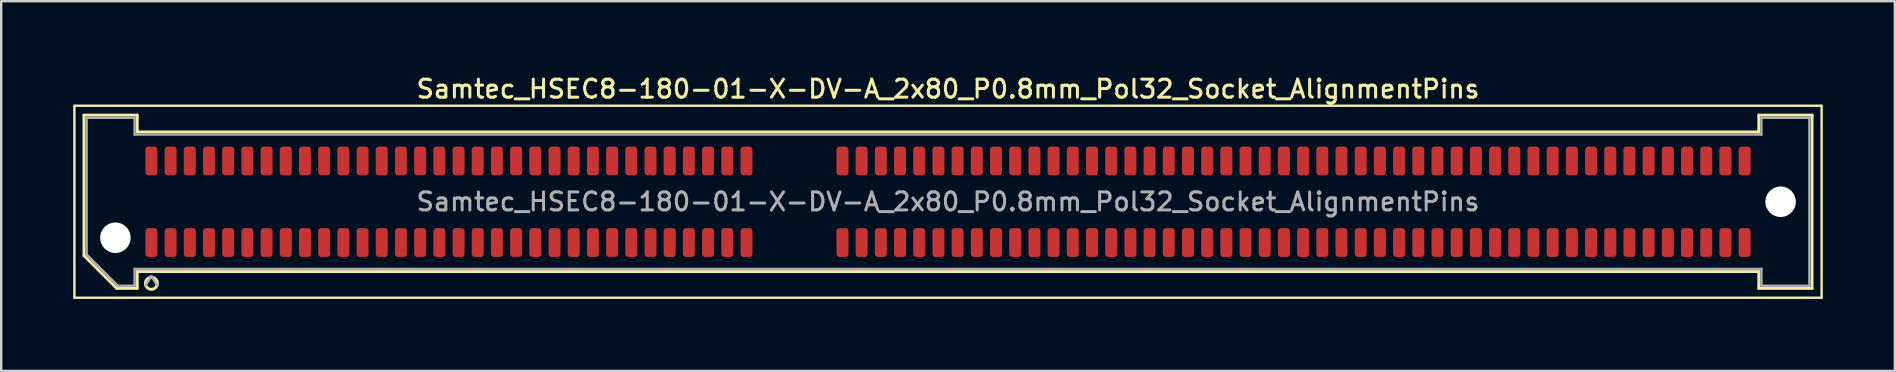
<source format=kicad_pcb>
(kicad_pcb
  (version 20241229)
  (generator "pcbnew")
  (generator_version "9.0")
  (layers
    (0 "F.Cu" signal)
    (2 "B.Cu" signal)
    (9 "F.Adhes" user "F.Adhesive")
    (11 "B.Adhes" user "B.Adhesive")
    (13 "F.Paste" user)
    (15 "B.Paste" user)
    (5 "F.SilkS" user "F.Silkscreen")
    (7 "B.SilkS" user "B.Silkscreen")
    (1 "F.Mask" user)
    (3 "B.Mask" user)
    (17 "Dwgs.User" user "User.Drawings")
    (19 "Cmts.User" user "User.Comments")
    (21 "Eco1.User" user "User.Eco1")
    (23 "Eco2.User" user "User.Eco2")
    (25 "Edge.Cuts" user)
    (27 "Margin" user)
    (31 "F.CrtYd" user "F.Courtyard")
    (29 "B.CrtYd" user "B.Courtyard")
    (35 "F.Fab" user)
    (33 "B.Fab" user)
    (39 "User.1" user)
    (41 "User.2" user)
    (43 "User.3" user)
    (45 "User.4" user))
  (footprint "Samtec_HSEC8-180-01-X-DV-A_2x80_P0.8mm_Pol32_Socket_AlignmentPins"
    (layer "F.Cu")
    (at 36.46 5.358)
    (property "Reference" "Samtec_HSEC8-180-01-X-DV-A_2x80_P0.8mm_Pol32_Socket_AlignmentPins" (at 0 -4.7 0) (layer "F.SilkS") (effects (font (size 0.75 0.75) (thickness 0.125))))
    (attr smd)
    (fp_line (start -36.41 -4) (end -36.41 4) (stroke (width 0.1) (type solid)) (layer "F.SilkS"))
    (fp_line (start -36.41 4) (end 36.41 4) (stroke (width 0.1) (type solid)) (layer "F.SilkS"))
    (fp_line (start -36.01 -3.61) (end -33.79 -3.61) (stroke (width 0.12) (type solid)) (layer "F.SilkS"))
    (fp_line (start -36.01 2.246) (end -36.01 -3.61) (stroke (width 0.12) (type solid)) (layer "F.SilkS"))
    (fp_line (start -34.646 3.61) (end -36.01 2.246) (stroke (width 0.12) (type solid)) (layer "F.SilkS"))
    (fp_line (start -33.79 -3.61) (end -33.79 -2.91) (stroke (width 0.12) (type solid)) (layer "F.SilkS"))
    (fp_line (start -33.79 -2.91) (end 33.79 -2.91) (stroke (width 0.12) (type solid)) (layer "F.SilkS"))
    (fp_line (start -33.79 2.91) (end -33.79 3.61) (stroke (width 0.12) (type solid)) (layer "F.SilkS"))
    (fp_line (start -33.79 3.61) (end -34.646 3.61) (stroke (width 0.12) (type solid)) (layer "F.SilkS"))
    (fp_line (start 33.79 -3.61) (end 36.01 -3.61) (stroke (width 0.12) (type solid)) (layer "F.SilkS"))
    (fp_line (start 33.79 -2.91) (end 33.79 -3.61) (stroke (width 0.12) (type solid)) (layer "F.SilkS"))
    (fp_line (start 33.79 2.91) (end -33.79 2.91) (stroke (width 0.12) (type solid)) (layer "F.SilkS"))
    (fp_line (start 33.79 3.61) (end 33.79 2.91) (stroke (width 0.12) (type solid)) (layer "F.SilkS"))
    (fp_line (start 36.01 -3.61) (end 36.01 3.61) (stroke (width 0.12) (type solid)) (layer "F.SilkS"))
    (fp_line (start 36.01 3.61) (end 33.79 3.61) (stroke (width 0.12) (type solid)) (layer "F.SilkS"))
    (fp_line (start 36.41 -4) (end -36.41 -4) (stroke (width 0.1) (type solid)) (layer "F.SilkS"))
    (fp_line (start 36.41 4) (end 36.41 -4) (stroke (width 0.1) (type solid)) (layer "F.SilkS"))
    (fp_arc (start -32.95 3.4) (mid -33.45 3.4) (end -32.95 3.4) (stroke (width 0.12) (type solid)) (layer "F.SilkS"))
    (fp_line (start -35.9 -3.5) (end -33.9 -3.5) (stroke (width 0.1) (type solid)) (layer "F.Fab"))
    (fp_line (start -35.9 2.2) (end -35.9 -3.5) (stroke (width 0.1) (type solid)) (layer "F.Fab"))
    (fp_line (start -34.6 3.5) (end -35.9 2.2) (stroke (width 0.1) (type solid)) (layer "F.Fab"))
    (fp_line (start -33.9 -3.5) (end -33.9 -2.8) (stroke (width 0.1) (type solid)) (layer "F.Fab"))
    (fp_line (start -33.9 -2.8) (end 33.9 -2.8) (stroke (width 0.1) (type solid)) (layer "F.Fab"))
    (fp_line (start -33.9 2.8) (end -33.9 3.5) (stroke (width 0.1) (type solid)) (layer "F.Fab"))
    (fp_line (start -33.9 3.5) (end -34.6 3.5) (stroke (width 0.1) (type solid)) (layer "F.Fab"))
    (fp_line (start -33.2 3.1) (end -33.45 3.5) (stroke (width 0.1) (type solid)) (layer "F.Fab"))
    (fp_line (start -33.2 3.1) (end -32.95 3.5) (stroke (width 0.1) (type solid)) (layer "F.Fab"))
    (fp_line (start 33.9 -3.5) (end 35.9 -3.5) (stroke (width 0.1) (type solid)) (layer "F.Fab"))
    (fp_line (start 33.9 -2.8) (end 33.9 -3.5) (stroke (width 0.1) (type solid)) (layer "F.Fab"))
    (fp_line (start 33.9 2.8) (end -33.9 2.8) (stroke (width 0.1) (type solid)) (layer "F.Fab"))
    (fp_line (start 33.9 3.5) (end 33.9 2.8) (stroke (width 0.1) (type solid)) (layer "F.Fab"))
    (fp_line (start 35.9 -3.5) (end 35.9 3.5) (stroke (width 0.1) (type solid)) (layer "F.Fab"))
    (fp_line (start 35.9 3.5) (end 33.9 3.5) (stroke (width 0.1) (type solid)) (layer "F.Fab"))
    (fp_text user "${REFERENCE}" (at 0 0 0) (layer "F.Fab") (effects (font (size 0.75 0.75) (thickness 0.125))))
    (pad "" np_thru_hole circle (at -34.7 1.5) (size 1.27 1.27) (drill 1.27) (layers "*.Cu" "*.Mask"))
    (pad "" np_thru_hole circle (at 34.7 0) (size 1.27 1.27) (drill 1.27) (layers "*.Cu" "*.Mask"))
    (pad "1" smd roundrect (at -33.2 1.7) (size 0.5 1.2) (layers "F.Cu" "F.Mask" "F.Paste") (roundrect_rratio 0.25))
    (pad "2" smd roundrect (at -33.2 -1.7) (size 0.5 1.2) (layers "F.Cu" "F.Mask" "F.Paste") (roundrect_rratio 0.25))
    (pad "3" smd roundrect (at -32.4 1.7) (size 0.5 1.2) (layers "F.Cu" "F.Mask" "F.Paste") (roundrect_rratio 0.25))
    (pad "4" smd roundrect (at -32.4 -1.7) (size 0.5 1.2) (layers "F.Cu" "F.Mask" "F.Paste") (roundrect_rratio 0.25))
    (pad "5" smd roundrect (at -31.6 1.7) (size 0.5 1.2) (layers "F.Cu" "F.Mask" "F.Paste") (roundrect_rratio 0.25))
    (pad "6" smd roundrect (at -31.6 -1.7) (size 0.5 1.2) (layers "F.Cu" "F.Mask" "F.Paste") (roundrect_rratio 0.25))
    (pad "7" smd roundrect (at -30.8 1.7) (size 0.5 1.2) (layers "F.Cu" "F.Mask" "F.Paste") (roundrect_rratio 0.25))
    (pad "8" smd roundrect (at -30.8 -1.7) (size 0.5 1.2) (layers "F.Cu" "F.Mask" "F.Paste") (roundrect_rratio 0.25))
    (pad "9" smd roundrect (at -30 1.7) (size 0.5 1.2) (layers "F.Cu" "F.Mask" "F.Paste") (roundrect_rratio 0.25))
    (pad "10" smd roundrect (at -30 -1.7) (size 0.5 1.2) (layers "F.Cu" "F.Mask" "F.Paste") (roundrect_rratio 0.25))
    (pad "11" smd roundrect (at -29.2 1.7) (size 0.5 1.2) (layers "F.Cu" "F.Mask" "F.Paste") (roundrect_rratio 0.25))
    (pad "12" smd roundrect (at -29.2 -1.7) (size 0.5 1.2) (layers "F.Cu" "F.Mask" "F.Paste") (roundrect_rratio 0.25))
    (pad "13" smd roundrect (at -28.4 1.7) (size 0.5 1.2) (layers "F.Cu" "F.Mask" "F.Paste") (roundrect_rratio 0.25))
    (pad "14" smd roundrect (at -28.4 -1.7) (size 0.5 1.2) (layers "F.Cu" "F.Mask" "F.Paste") (roundrect_rratio 0.25))
    (pad "15" smd roundrect (at -27.6 1.7) (size 0.5 1.2) (layers "F.Cu" "F.Mask" "F.Paste") (roundrect_rratio 0.25))
    (pad "16" smd roundrect (at -27.6 -1.7) (size 0.5 1.2) (layers "F.Cu" "F.Mask" "F.Paste") (roundrect_rratio 0.25))
    (pad "17" smd roundrect (at -26.8 1.7) (size 0.5 1.2) (layers "F.Cu" "F.Mask" "F.Paste") (roundrect_rratio 0.25))
    (pad "18" smd roundrect (at -26.8 -1.7) (size 0.5 1.2) (layers "F.Cu" "F.Mask" "F.Paste") (roundrect_rratio 0.25))
    (pad "19" smd roundrect (at -26 1.7) (size 0.5 1.2) (layers "F.Cu" "F.Mask" "F.Paste") (roundrect_rratio 0.25))
    (pad "20" smd roundrect (at -26 -1.7) (size 0.5 1.2) (layers "F.Cu" "F.Mask" "F.Paste") (roundrect_rratio 0.25))
    (pad "21" smd roundrect (at -25.2 1.7) (size 0.5 1.2) (layers "F.Cu" "F.Mask" "F.Paste") (roundrect_rratio 0.25))
    (pad "22" smd roundrect (at -25.2 -1.7) (size 0.5 1.2) (layers "F.Cu" "F.Mask" "F.Paste") (roundrect_rratio 0.25))
    (pad "23" smd roundrect (at -24.4 1.7) (size 0.5 1.2) (layers "F.Cu" "F.Mask" "F.Paste") (roundrect_rratio 0.25))
    (pad "24" smd roundrect (at -24.4 -1.7) (size 0.5 1.2) (layers "F.Cu" "F.Mask" "F.Paste") (roundrect_rratio 0.25))
    (pad "25" smd roundrect (at -23.6 1.7) (size 0.5 1.2) (layers "F.Cu" "F.Mask" "F.Paste") (roundrect_rratio 0.25))
    (pad "26" smd roundrect (at -23.6 -1.7) (size 0.5 1.2) (layers "F.Cu" "F.Mask" "F.Paste") (roundrect_rratio 0.25))
    (pad "27" smd roundrect (at -22.8 1.7) (size 0.5 1.2) (layers "F.Cu" "F.Mask" "F.Paste") (roundrect_rratio 0.25))
    (pad "28" smd roundrect (at -22.8 -1.7) (size 0.5 1.2) (layers "F.Cu" "F.Mask" "F.Paste") (roundrect_rratio 0.25))
    (pad "29" smd roundrect (at -22 1.7) (size 0.5 1.2) (layers "F.Cu" "F.Mask" "F.Paste") (roundrect_rratio 0.25))
    (pad "30" smd roundrect (at -22 -1.7) (size 0.5 1.2) (layers "F.Cu" "F.Mask" "F.Paste") (roundrect_rratio 0.25))
    (pad "31" smd roundrect (at -21.2 1.7) (size 0.5 1.2) (layers "F.Cu" "F.Mask" "F.Paste") (roundrect_rratio 0.25))
    (pad "32" smd roundrect (at -21.2 -1.7) (size 0.5 1.2) (layers "F.Cu" "F.Mask" "F.Paste") (roundrect_rratio 0.25))
    (pad "33" smd roundrect (at -20.4 1.7) (size 0.5 1.2) (layers "F.Cu" "F.Mask" "F.Paste") (roundrect_rratio 0.25))
    (pad "34" smd roundrect (at -20.4 -1.7) (size 0.5 1.2) (layers "F.Cu" "F.Mask" "F.Paste") (roundrect_rratio 0.25))
    (pad "35" smd roundrect (at -19.6 1.7) (size 0.5 1.2) (layers "F.Cu" "F.Mask" "F.Paste") (roundrect_rratio 0.25))
    (pad "36" smd roundrect (at -19.6 -1.7) (size 0.5 1.2) (layers "F.Cu" "F.Mask" "F.Paste") (roundrect_rratio 0.25))
    (pad "37" smd roundrect (at -18.8 1.7) (size 0.5 1.2) (layers "F.Cu" "F.Mask" "F.Paste") (roundrect_rratio 0.25))
    (pad "38" smd roundrect (at -18.8 -1.7) (size 0.5 1.2) (layers "F.Cu" "F.Mask" "F.Paste") (roundrect_rratio 0.25))
    (pad "39" smd roundrect (at -18 1.7) (size 0.5 1.2) (layers "F.Cu" "F.Mask" "F.Paste") (roundrect_rratio 0.25))
    (pad "40" smd roundrect (at -18 -1.7) (size 0.5 1.2) (layers "F.Cu" "F.Mask" "F.Paste") (roundrect_rratio 0.25))
    (pad "41" smd roundrect (at -17.2 1.7) (size 0.5 1.2) (layers "F.Cu" "F.Mask" "F.Paste") (roundrect_rratio 0.25))
    (pad "42" smd roundrect (at -17.2 -1.7) (size 0.5 1.2) (layers "F.Cu" "F.Mask" "F.Paste") (roundrect_rratio 0.25))
    (pad "43" smd roundrect (at -16.4 1.7) (size 0.5 1.2) (layers "F.Cu" "F.Mask" "F.Paste") (roundrect_rratio 0.25))
    (pad "44" smd roundrect (at -16.4 -1.7) (size 0.5 1.2) (layers "F.Cu" "F.Mask" "F.Paste") (roundrect_rratio 0.25))
    (pad "45" smd roundrect (at -15.6 1.7) (size 0.5 1.2) (layers "F.Cu" "F.Mask" "F.Paste") (roundrect_rratio 0.25))
    (pad "46" smd roundrect (at -15.6 -1.7) (size 0.5 1.2) (layers "F.Cu" "F.Mask" "F.Paste") (roundrect_rratio 0.25))
    (pad "47" smd roundrect (at -14.8 1.7) (size 0.5 1.2) (layers "F.Cu" "F.Mask" "F.Paste") (roundrect_rratio 0.25))
    (pad "48" smd roundrect (at -14.8 -1.7) (size 0.5 1.2) (layers "F.Cu" "F.Mask" "F.Paste") (roundrect_rratio 0.25))
    (pad "49" smd roundrect (at -14 1.7) (size 0.5 1.2) (layers "F.Cu" "F.Mask" "F.Paste") (roundrect_rratio 0.25))
    (pad "50" smd roundrect (at -14 -1.7) (size 0.5 1.2) (layers "F.Cu" "F.Mask" "F.Paste") (roundrect_rratio 0.25))
    (pad "51" smd roundrect (at -13.2 1.7) (size 0.5 1.2) (layers "F.Cu" "F.Mask" "F.Paste") (roundrect_rratio 0.25))
    (pad "52" smd roundrect (at -13.2 -1.7) (size 0.5 1.2) (layers "F.Cu" "F.Mask" "F.Paste") (roundrect_rratio 0.25))
    (pad "53" smd roundrect (at -12.4 1.7) (size 0.5 1.2) (layers "F.Cu" "F.Mask" "F.Paste") (roundrect_rratio 0.25))
    (pad "54" smd roundrect (at -12.4 -1.7) (size 0.5 1.2) (layers "F.Cu" "F.Mask" "F.Paste") (roundrect_rratio 0.25))
    (pad "55" smd roundrect (at -11.6 1.7) (size 0.5 1.2) (layers "F.Cu" "F.Mask" "F.Paste") (roundrect_rratio 0.25))
    (pad "56" smd roundrect (at -11.6 -1.7) (size 0.5 1.2) (layers "F.Cu" "F.Mask" "F.Paste") (roundrect_rratio 0.25))
    (pad "57" smd roundrect (at -10.8 1.7) (size 0.5 1.2) (layers "F.Cu" "F.Mask" "F.Paste") (roundrect_rratio 0.25))
    (pad "58" smd roundrect (at -10.8 -1.7) (size 0.5 1.2) (layers "F.Cu" "F.Mask" "F.Paste") (roundrect_rratio 0.25))
    (pad "59" smd roundrect (at -10 1.7) (size 0.5 1.2) (layers "F.Cu" "F.Mask" "F.Paste") (roundrect_rratio 0.25))
    (pad "60" smd roundrect (at -10 -1.7) (size 0.5 1.2) (layers "F.Cu" "F.Mask" "F.Paste") (roundrect_rratio 0.25))
    (pad "61" smd roundrect (at -9.2 1.7) (size 0.5 1.2) (layers "F.Cu" "F.Mask" "F.Paste") (roundrect_rratio 0.25))
    (pad "62" smd roundrect (at -9.2 -1.7) (size 0.5 1.2) (layers "F.Cu" "F.Mask" "F.Paste") (roundrect_rratio 0.25))
    (pad "63" smd roundrect (at -8.4 1.7) (size 0.5 1.2) (layers "F.Cu" "F.Mask" "F.Paste") (roundrect_rratio 0.25))
    (pad "64" smd roundrect (at -8.4 -1.7) (size 0.5 1.2) (layers "F.Cu" "F.Mask" "F.Paste") (roundrect_rratio 0.25))
    (pad "65" smd roundrect (at -4.4 1.7) (size 0.5 1.2) (layers "F.Cu" "F.Mask" "F.Paste") (roundrect_rratio 0.25))
    (pad "66" smd roundrect (at -4.4 -1.7) (size 0.5 1.2) (layers "F.Cu" "F.Mask" "F.Paste") (roundrect_rratio 0.25))
    (pad "67" smd roundrect (at -3.6 1.7) (size 0.5 1.2) (layers "F.Cu" "F.Mask" "F.Paste") (roundrect_rratio 0.25))
    (pad "68" smd roundrect (at -3.6 -1.7) (size 0.5 1.2) (layers "F.Cu" "F.Mask" "F.Paste") (roundrect_rratio 0.25))
    (pad "69" smd roundrect (at -2.8 1.7) (size 0.5 1.2) (layers "F.Cu" "F.Mask" "F.Paste") (roundrect_rratio 0.25))
    (pad "70" smd roundrect (at -2.8 -1.7) (size 0.5 1.2) (layers "F.Cu" "F.Mask" "F.Paste") (roundrect_rratio 0.25))
    (pad "71" smd roundrect (at -2 1.7) (size 0.5 1.2) (layers "F.Cu" "F.Mask" "F.Paste") (roundrect_rratio 0.25))
    (pad "72" smd roundrect (at -2 -1.7) (size 0.5 1.2) (layers "F.Cu" "F.Mask" "F.Paste") (roundrect_rratio 0.25))
    (pad "73" smd roundrect (at -1.2 1.7) (size 0.5 1.2) (layers "F.Cu" "F.Mask" "F.Paste") (roundrect_rratio 0.25))
    (pad "74" smd roundrect (at -1.2 -1.7) (size 0.5 1.2) (layers "F.Cu" "F.Mask" "F.Paste") (roundrect_rratio 0.25))
    (pad "75" smd roundrect (at -0.4 1.7) (size 0.5 1.2) (layers "F.Cu" "F.Mask" "F.Paste") (roundrect_rratio 0.25))
    (pad "76" smd roundrect (at -0.4 -1.7) (size 0.5 1.2) (layers "F.Cu" "F.Mask" "F.Paste") (roundrect_rratio 0.25))
    (pad "77" smd roundrect (at 0.4 1.7) (size 0.5 1.2) (layers "F.Cu" "F.Mask" "F.Paste") (roundrect_rratio 0.25))
    (pad "78" smd roundrect (at 0.4 -1.7) (size 0.5 1.2) (layers "F.Cu" "F.Mask" "F.Paste") (roundrect_rratio 0.25))
    (pad "79" smd roundrect (at 1.2 1.7) (size 0.5 1.2) (layers "F.Cu" "F.Mask" "F.Paste") (roundrect_rratio 0.25))
    (pad "80" smd roundrect (at 1.2 -1.7) (size 0.5 1.2) (layers "F.Cu" "F.Mask" "F.Paste") (roundrect_rratio 0.25))
    (pad "81" smd roundrect (at 2 1.7) (size 0.5 1.2) (layers "F.Cu" "F.Mask" "F.Paste") (roundrect_rratio 0.25))
    (pad "82" smd roundrect (at 2 -1.7) (size 0.5 1.2) (layers "F.Cu" "F.Mask" "F.Paste") (roundrect_rratio 0.25))
    (pad "83" smd roundrect (at 2.8 1.7) (size 0.5 1.2) (layers "F.Cu" "F.Mask" "F.Paste") (roundrect_rratio 0.25))
    (pad "84" smd roundrect (at 2.8 -1.7) (size 0.5 1.2) (layers "F.Cu" "F.Mask" "F.Paste") (roundrect_rratio 0.25))
    (pad "85" smd roundrect (at 3.6 1.7) (size 0.5 1.2) (layers "F.Cu" "F.Mask" "F.Paste") (roundrect_rratio 0.25))
    (pad "86" smd roundrect (at 3.6 -1.7) (size 0.5 1.2) (layers "F.Cu" "F.Mask" "F.Paste") (roundrect_rratio 0.25))
    (pad "87" smd roundrect (at 4.4 1.7) (size 0.5 1.2) (layers "F.Cu" "F.Mask" "F.Paste") (roundrect_rratio 0.25))
    (pad "88" smd roundrect (at 4.4 -1.7) (size 0.5 1.2) (layers "F.Cu" "F.Mask" "F.Paste") (roundrect_rratio 0.25))
    (pad "89" smd roundrect (at 5.2 1.7) (size 0.5 1.2) (layers "F.Cu" "F.Mask" "F.Paste") (roundrect_rratio 0.25))
    (pad "90" smd roundrect (at 5.2 -1.7) (size 0.5 1.2) (layers "F.Cu" "F.Mask" "F.Paste") (roundrect_rratio 0.25))
    (pad "91" smd roundrect (at 6 1.7) (size 0.5 1.2) (layers "F.Cu" "F.Mask" "F.Paste") (roundrect_rratio 0.25))
    (pad "92" smd roundrect (at 6 -1.7) (size 0.5 1.2) (layers "F.Cu" "F.Mask" "F.Paste") (roundrect_rratio 0.25))
    (pad "93" smd roundrect (at 6.8 1.7) (size 0.5 1.2) (layers "F.Cu" "F.Mask" "F.Paste") (roundrect_rratio 0.25))
    (pad "94" smd roundrect (at 6.8 -1.7) (size 0.5 1.2) (layers "F.Cu" "F.Mask" "F.Paste") (roundrect_rratio 0.25))
    (pad "95" smd roundrect (at 7.6 1.7) (size 0.5 1.2) (layers "F.Cu" "F.Mask" "F.Paste") (roundrect_rratio 0.25))
    (pad "96" smd roundrect (at 7.6 -1.7) (size 0.5 1.2) (layers "F.Cu" "F.Mask" "F.Paste") (roundrect_rratio 0.25))
    (pad "97" smd roundrect (at 8.4 1.7) (size 0.5 1.2) (layers "F.Cu" "F.Mask" "F.Paste") (roundrect_rratio 0.25))
    (pad "98" smd roundrect (at 8.4 -1.7) (size 0.5 1.2) (layers "F.Cu" "F.Mask" "F.Paste") (roundrect_rratio 0.25))
    (pad "99" smd roundrect (at 9.2 1.7) (size 0.5 1.2) (layers "F.Cu" "F.Mask" "F.Paste") (roundrect_rratio 0.25))
    (pad "100" smd roundrect (at 9.2 -1.7) (size 0.5 1.2) (layers "F.Cu" "F.Mask" "F.Paste") (roundrect_rratio 0.25))
    (pad "101" smd roundrect (at 10 1.7) (size 0.5 1.2) (layers "F.Cu" "F.Mask" "F.Paste") (roundrect_rratio 0.25))
    (pad "102" smd roundrect (at 10 -1.7) (size 0.5 1.2) (layers "F.Cu" "F.Mask" "F.Paste") (roundrect_rratio 0.25))
    (pad "103" smd roundrect (at 10.8 1.7) (size 0.5 1.2) (layers "F.Cu" "F.Mask" "F.Paste") (roundrect_rratio 0.25))
    (pad "104" smd roundrect (at 10.8 -1.7) (size 0.5 1.2) (layers "F.Cu" "F.Mask" "F.Paste") (roundrect_rratio 0.25))
    (pad "105" smd roundrect (at 11.6 1.7) (size 0.5 1.2) (layers "F.Cu" "F.Mask" "F.Paste") (roundrect_rratio 0.25))
    (pad "106" smd roundrect (at 11.6 -1.7) (size 0.5 1.2) (layers "F.Cu" "F.Mask" "F.Paste") (roundrect_rratio 0.25))
    (pad "107" smd roundrect (at 12.4 1.7) (size 0.5 1.2) (layers "F.Cu" "F.Mask" "F.Paste") (roundrect_rratio 0.25))
    (pad "108" smd roundrect (at 12.4 -1.7) (size 0.5 1.2) (layers "F.Cu" "F.Mask" "F.Paste") (roundrect_rratio 0.25))
    (pad "109" smd roundrect (at 13.2 1.7) (size 0.5 1.2) (layers "F.Cu" "F.Mask" "F.Paste") (roundrect_rratio 0.25))
    (pad "110" smd roundrect (at 13.2 -1.7) (size 0.5 1.2) (layers "F.Cu" "F.Mask" "F.Paste") (roundrect_rratio 0.25))
    (pad "111" smd roundrect (at 14 1.7) (size 0.5 1.2) (layers "F.Cu" "F.Mask" "F.Paste") (roundrect_rratio 0.25))
    (pad "112" smd roundrect (at 14 -1.7) (size 0.5 1.2) (layers "F.Cu" "F.Mask" "F.Paste") (roundrect_rratio 0.25))
    (pad "113" smd roundrect (at 14.8 1.7) (size 0.5 1.2) (layers "F.Cu" "F.Mask" "F.Paste") (roundrect_rratio 0.25))
    (pad "114" smd roundrect (at 14.8 -1.7) (size 0.5 1.2) (layers "F.Cu" "F.Mask" "F.Paste") (roundrect_rratio 0.25))
    (pad "115" smd roundrect (at 15.6 1.7) (size 0.5 1.2) (layers "F.Cu" "F.Mask" "F.Paste") (roundrect_rratio 0.25))
    (pad "116" smd roundrect (at 15.6 -1.7) (size 0.5 1.2) (layers "F.Cu" "F.Mask" "F.Paste") (roundrect_rratio 0.25))
    (pad "117" smd roundrect (at 16.4 1.7) (size 0.5 1.2) (layers "F.Cu" "F.Mask" "F.Paste") (roundrect_rratio 0.25))
    (pad "118" smd roundrect (at 16.4 -1.7) (size 0.5 1.2) (layers "F.Cu" "F.Mask" "F.Paste") (roundrect_rratio 0.25))
    (pad "119" smd roundrect (at 17.2 1.7) (size 0.5 1.2) (layers "F.Cu" "F.Mask" "F.Paste") (roundrect_rratio 0.25))
    (pad "120" smd roundrect (at 17.2 -1.7) (size 0.5 1.2) (layers "F.Cu" "F.Mask" "F.Paste") (roundrect_rratio 0.25))
    (pad "121" smd roundrect (at 18 1.7) (size 0.5 1.2) (layers "F.Cu" "F.Mask" "F.Paste") (roundrect_rratio 0.25))
    (pad "122" smd roundrect (at 18 -1.7) (size 0.5 1.2) (layers "F.Cu" "F.Mask" "F.Paste") (roundrect_rratio 0.25))
    (pad "123" smd roundrect (at 18.8 1.7) (size 0.5 1.2) (layers "F.Cu" "F.Mask" "F.Paste") (roundrect_rratio 0.25))
    (pad "124" smd roundrect (at 18.8 -1.7) (size 0.5 1.2) (layers "F.Cu" "F.Mask" "F.Paste") (roundrect_rratio 0.25))
    (pad "125" smd roundrect (at 19.6 1.7) (size 0.5 1.2) (layers "F.Cu" "F.Mask" "F.Paste") (roundrect_rratio 0.25))
    (pad "126" smd roundrect (at 19.6 -1.7) (size 0.5 1.2) (layers "F.Cu" "F.Mask" "F.Paste") (roundrect_rratio 0.25))
    (pad "127" smd roundrect (at 20.4 1.7) (size 0.5 1.2) (layers "F.Cu" "F.Mask" "F.Paste") (roundrect_rratio 0.25))
    (pad "128" smd roundrect (at 20.4 -1.7) (size 0.5 1.2) (layers "F.Cu" "F.Mask" "F.Paste") (roundrect_rratio 0.25))
    (pad "129" smd roundrect (at 21.2 1.7) (size 0.5 1.2) (layers "F.Cu" "F.Mask" "F.Paste") (roundrect_rratio 0.25))
    (pad "130" smd roundrect (at 21.2 -1.7) (size 0.5 1.2) (layers "F.Cu" "F.Mask" "F.Paste") (roundrect_rratio 0.25))
    (pad "131" smd roundrect (at 22 1.7) (size 0.5 1.2) (layers "F.Cu" "F.Mask" "F.Paste") (roundrect_rratio 0.25))
    (pad "132" smd roundrect (at 22 -1.7) (size 0.5 1.2) (layers "F.Cu" "F.Mask" "F.Paste") (roundrect_rratio 0.25))
    (pad "133" smd roundrect (at 22.8 1.7) (size 0.5 1.2) (layers "F.Cu" "F.Mask" "F.Paste") (roundrect_rratio 0.25))
    (pad "134" smd roundrect (at 22.8 -1.7) (size 0.5 1.2) (layers "F.Cu" "F.Mask" "F.Paste") (roundrect_rratio 0.25))
    (pad "135" smd roundrect (at 23.6 1.7) (size 0.5 1.2) (layers "F.Cu" "F.Mask" "F.Paste") (roundrect_rratio 0.25))
    (pad "136" smd roundrect (at 23.6 -1.7) (size 0.5 1.2) (layers "F.Cu" "F.Mask" "F.Paste") (roundrect_rratio 0.25))
    (pad "137" smd roundrect (at 24.4 1.7) (size 0.5 1.2) (layers "F.Cu" "F.Mask" "F.Paste") (roundrect_rratio 0.25))
    (pad "138" smd roundrect (at 24.4 -1.7) (size 0.5 1.2) (layers "F.Cu" "F.Mask" "F.Paste") (roundrect_rratio 0.25))
    (pad "139" smd roundrect (at 25.2 1.7) (size 0.5 1.2) (layers "F.Cu" "F.Mask" "F.Paste") (roundrect_rratio 0.25))
    (pad "140" smd roundrect (at 25.2 -1.7) (size 0.5 1.2) (layers "F.Cu" "F.Mask" "F.Paste") (roundrect_rratio 0.25))
    (pad "141" smd roundrect (at 26 1.7) (size 0.5 1.2) (layers "F.Cu" "F.Mask" "F.Paste") (roundrect_rratio 0.25))
    (pad "142" smd roundrect (at 26 -1.7) (size 0.5 1.2) (layers "F.Cu" "F.Mask" "F.Paste") (roundrect_rratio 0.25))
    (pad "143" smd roundrect (at 26.8 1.7) (size 0.5 1.2) (layers "F.Cu" "F.Mask" "F.Paste") (roundrect_rratio 0.25))
    (pad "144" smd roundrect (at 26.8 -1.7) (size 0.5 1.2) (layers "F.Cu" "F.Mask" "F.Paste") (roundrect_rratio 0.25))
    (pad "145" smd roundrect (at 27.6 1.7) (size 0.5 1.2) (layers "F.Cu" "F.Mask" "F.Paste") (roundrect_rratio 0.25))
    (pad "146" smd roundrect (at 27.6 -1.7) (size 0.5 1.2) (layers "F.Cu" "F.Mask" "F.Paste") (roundrect_rratio 0.25))
    (pad "147" smd roundrect (at 28.4 1.7) (size 0.5 1.2) (layers "F.Cu" "F.Mask" "F.Paste") (roundrect_rratio 0.25))
    (pad "148" smd roundrect (at 28.4 -1.7) (size 0.5 1.2) (layers "F.Cu" "F.Mask" "F.Paste") (roundrect_rratio 0.25))
    (pad "149" smd roundrect (at 29.2 1.7) (size 0.5 1.2) (layers "F.Cu" "F.Mask" "F.Paste") (roundrect_rratio 0.25))
    (pad "150" smd roundrect (at 29.2 -1.7) (size 0.5 1.2) (layers "F.Cu" "F.Mask" "F.Paste") (roundrect_rratio 0.25))
    (pad "151" smd roundrect (at 30 1.7) (size 0.5 1.2) (layers "F.Cu" "F.Mask" "F.Paste") (roundrect_rratio 0.25))
    (pad "152" smd roundrect (at 30 -1.7) (size 0.5 1.2) (layers "F.Cu" "F.Mask" "F.Paste") (roundrect_rratio 0.25))
    (pad "153" smd roundrect (at 30.8 1.7) (size 0.5 1.2) (layers "F.Cu" "F.Mask" "F.Paste") (roundrect_rratio 0.25))
    (pad "154" smd roundrect (at 30.8 -1.7) (size 0.5 1.2) (layers "F.Cu" "F.Mask" "F.Paste") (roundrect_rratio 0.25))
    (pad "155" smd roundrect (at 31.6 1.7) (size 0.5 1.2) (layers "F.Cu" "F.Mask" "F.Paste") (roundrect_rratio 0.25))
    (pad "156" smd roundrect (at 31.6 -1.7) (size 0.5 1.2) (layers "F.Cu" "F.Mask" "F.Paste") (roundrect_rratio 0.25))
    (pad "157" smd roundrect (at 32.4 1.7) (size 0.5 1.2) (layers "F.Cu" "F.Mask" "F.Paste") (roundrect_rratio 0.25))
    (pad "158" smd roundrect (at 32.4 -1.7) (size 0.5 1.2) (layers "F.Cu" "F.Mask" "F.Paste") (roundrect_rratio 0.25))
    (pad "159" smd roundrect (at 33.2 1.7) (size 0.5 1.2) (layers "F.Cu" "F.Mask" "F.Paste") (roundrect_rratio 0.25))
    (pad "160" smd roundrect (at 33.2 -1.7) (size 0.5 1.2) (layers "F.Cu" "F.Mask" "F.Paste") (roundrect_rratio 0.25)))
  (gr_rect
    (start -3 -3)
    (end 75.92 12.408)
    (stroke (width 0.1) (type default))
    (fill no)
    (layer "Edge.Cuts")))
</source>
